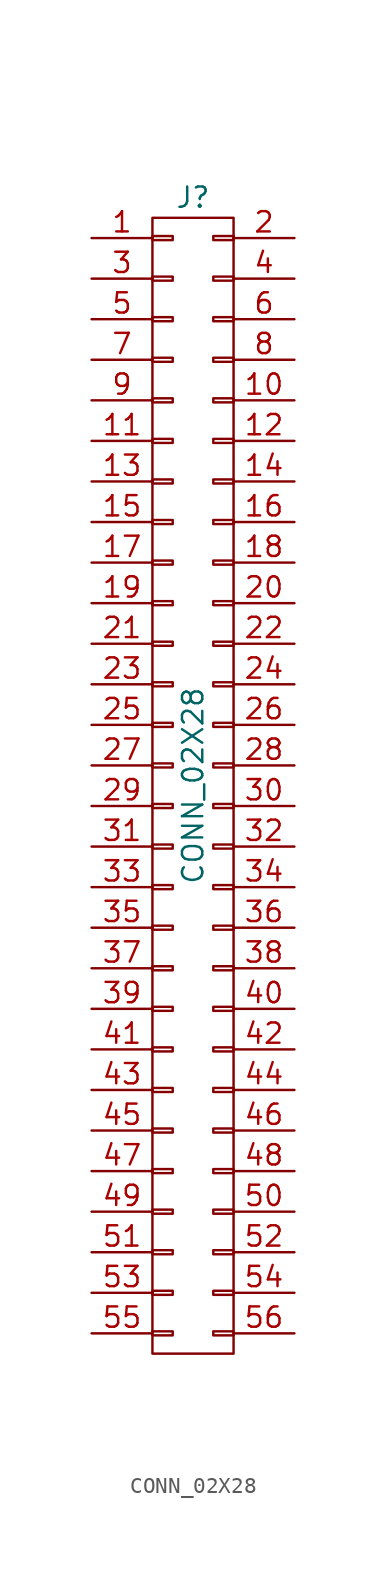
<source format=kicad_sym>
(kicad_symbol_lib
  (version 20211014)
  (generator kicad_symbol_editor)
  (symbol "CONN_02X28"
    (pin_names
      (offset 0.025) hide)
    (property "Reference" "J"
      (at 0 36.83 0)
      (effects (font (size 1.27 1.27))))
    (property "Value" "CONN_02X28"
      (at 0 0 90)
      (effects (font (size 1.27 1.27))))
    (symbol "CONN_02X28_0_1"
      (rectangle (start -2.54 -34.163) (end -1.27 -34.417) (stroke (width 0) (type default) (color 0 0 0 0)) (fill (type none)))
      (rectangle (start -2.54 -31.623) (end -1.27 -31.877) (stroke (width 0) (type default) (color 0 0 0 0)) (fill (type none)))
      (rectangle (start -2.54 -29.083) (end -1.27 -29.337) (stroke (width 0) (type default) (color 0 0 0 0)) (fill (type none)))
      (rectangle (start -2.54 -26.543) (end -1.27 -26.797) (stroke (width 0) (type default) (color 0 0 0 0)) (fill (type none)))
      (rectangle (start -2.54 -24.003) (end -1.27 -24.257) (stroke (width 0) (type default) (color 0 0 0 0)) (fill (type none)))
      (rectangle (start -2.54 -21.463) (end -1.27 -21.717) (stroke (width 0) (type default) (color 0 0 0 0)) (fill (type none)))
      (rectangle (start -2.54 -18.923) (end -1.27 -19.177) (stroke (width 0) (type default) (color 0 0 0 0)) (fill (type none)))
      (rectangle (start -2.54 -16.383) (end -1.27 -16.637) (stroke (width 0) (type default) (color 0 0 0 0)) (fill (type none)))
      (rectangle (start -2.54 -13.843) (end -1.27 -14.097) (stroke (width 0) (type default) (color 0 0 0 0)) (fill (type none)))
      (rectangle (start -2.54 -11.303) (end -1.27 -11.557) (stroke (width 0) (type default) (color 0 0 0 0)) (fill (type none)))
      (rectangle (start -2.54 -8.763) (end -1.27 -9.017) (stroke (width 0) (type default) (color 0 0 0 0)) (fill (type none)))
      (rectangle (start -2.54 -6.223) (end -1.27 -6.477) (stroke (width 0) (type default) (color 0 0 0 0)) (fill (type none)))
      (rectangle (start -2.54 -3.683) (end -1.27 -3.937) (stroke (width 0) (type default) (color 0 0 0 0)) (fill (type none)))
      (rectangle (start -2.54 -1.143) (end -1.27 -1.397) (stroke (width 0) (type default) (color 0 0 0 0)) (fill (type none)))
      (rectangle (start -2.54 1.397) (end -1.27 1.143) (stroke (width 0) (type default) (color 0 0 0 0)) (fill (type none)))
      (rectangle (start -2.54 3.937) (end -1.27 3.683) (stroke (width 0) (type default) (color 0 0 0 0)) (fill (type none)))
      (rectangle (start -2.54 6.477) (end -1.27 6.223) (stroke (width 0) (type default) (color 0 0 0 0)) (fill (type none)))
      (rectangle (start -2.54 9.017) (end -1.27 8.763) (stroke (width 0) (type default) (color 0 0 0 0)) (fill (type none)))
      (rectangle (start -2.54 11.557) (end -1.27 11.303) (stroke (width 0) (type default) (color 0 0 0 0)) (fill (type none)))
      (rectangle (start -2.54 14.097) (end -1.27 13.843) (stroke (width 0) (type default) (color 0 0 0 0)) (fill (type none)))
      (rectangle (start -2.54 16.637) (end -1.27 16.383) (stroke (width 0) (type default) (color 0 0 0 0)) (fill (type none)))
      (rectangle (start -2.54 19.177) (end -1.27 18.923) (stroke (width 0) (type default) (color 0 0 0 0)) (fill (type none)))
      (rectangle (start -2.54 21.717) (end -1.27 21.463) (stroke (width 0) (type default) (color 0 0 0 0)) (fill (type none)))
      (rectangle (start -2.54 24.257) (end -1.27 24.003) (stroke (width 0) (type default) (color 0 0 0 0)) (fill (type none)))
      (rectangle (start -2.54 26.797) (end -1.27 26.543) (stroke (width 0) (type default) (color 0 0 0 0)) (fill (type none)))
      (rectangle (start -2.54 29.337) (end -1.27 29.083) (stroke (width 0) (type default) (color 0 0 0 0)) (fill (type none)))
      (rectangle (start -2.54 31.877) (end -1.27 31.623) (stroke (width 0) (type default) (color 0 0 0 0)) (fill (type none)))
      (rectangle (start -2.54 34.417) (end -1.27 34.163) (stroke (width 0) (type default) (color 0 0 0 0)) (fill (type none)))
      (rectangle (start -2.54 35.56) (end 2.54 -35.56) (stroke (width 0) (type default) (color 0 0 0 0)) (fill (type none)))
      (rectangle (start 1.27 -34.163) (end 2.54 -34.417) (stroke (width 0) (type default) (color 0 0 0 0)) (fill (type none)))
      (rectangle (start 1.27 -31.623) (end 2.54 -31.877) (stroke (width 0) (type default) (color 0 0 0 0)) (fill (type none)))
      (rectangle (start 1.27 -29.083) (end 2.54 -29.337) (stroke (width 0) (type default) (color 0 0 0 0)) (fill (type none)))
      (rectangle (start 1.27 -26.543) (end 2.54 -26.797) (stroke (width 0) (type default) (color 0 0 0 0)) (fill (type none)))
      (rectangle (start 1.27 -24.003) (end 2.54 -24.257) (stroke (width 0) (type default) (color 0 0 0 0)) (fill (type none)))
      (rectangle (start 1.27 -21.463) (end 2.54 -21.717) (stroke (width 0) (type default) (color 0 0 0 0)) (fill (type none)))
      (rectangle (start 1.27 -18.923) (end 2.54 -19.177) (stroke (width 0) (type default) (color 0 0 0 0)) (fill (type none)))
      (rectangle (start 1.27 -16.383) (end 2.54 -16.637) (stroke (width 0) (type default) (color 0 0 0 0)) (fill (type none)))
      (rectangle (start 1.27 -13.843) (end 2.54 -14.097) (stroke (width 0) (type default) (color 0 0 0 0)) (fill (type none)))
      (rectangle (start 1.27 -11.303) (end 2.54 -11.557) (stroke (width 0) (type default) (color 0 0 0 0)) (fill (type none)))
      (rectangle (start 1.27 -8.763) (end 2.54 -9.017) (stroke (width 0) (type default) (color 0 0 0 0)) (fill (type none)))
      (rectangle (start 1.27 -6.223) (end 2.54 -6.477) (stroke (width 0) (type default) (color 0 0 0 0)) (fill (type none)))
      (rectangle (start 1.27 -3.683) (end 2.54 -3.937) (stroke (width 0) (type default) (color 0 0 0 0)) (fill (type none)))
      (rectangle (start 1.27 -1.143) (end 2.54 -1.397) (stroke (width 0) (type default) (color 0 0 0 0)) (fill (type none)))
      (rectangle (start 1.27 1.397) (end 2.54 1.143) (stroke (width 0) (type default) (color 0 0 0 0)) (fill (type none)))
      (rectangle (start 1.27 3.937) (end 2.54 3.683) (stroke (width 0) (type default) (color 0 0 0 0)) (fill (type none)))
      (rectangle (start 1.27 6.477) (end 2.54 6.223) (stroke (width 0) (type default) (color 0 0 0 0)) (fill (type none)))
      (rectangle (start 1.27 9.017) (end 2.54 8.763) (stroke (width 0) (type default) (color 0 0 0 0)) (fill (type none)))
      (rectangle (start 1.27 11.557) (end 2.54 11.303) (stroke (width 0) (type default) (color 0 0 0 0)) (fill (type none)))
      (rectangle (start 1.27 14.097) (end 2.54 13.843) (stroke (width 0) (type default) (color 0 0 0 0)) (fill (type none)))
      (rectangle (start 1.27 16.637) (end 2.54 16.383) (stroke (width 0) (type default) (color 0 0 0 0)) (fill (type none)))
      (rectangle (start 1.27 19.177) (end 2.54 18.923) (stroke (width 0) (type default) (color 0 0 0 0)) (fill (type none)))
      (rectangle (start 1.27 21.717) (end 2.54 21.463) (stroke (width 0) (type default) (color 0 0 0 0)) (fill (type none)))
      (rectangle (start 1.27 24.257) (end 2.54 24.003) (stroke (width 0) (type default) (color 0 0 0 0)) (fill (type none)))
      (rectangle (start 1.27 26.797) (end 2.54 26.543) (stroke (width 0) (type default) (color 0 0 0 0)) (fill (type none)))
      (rectangle (start 1.27 29.337) (end 2.54 29.083) (stroke (width 0) (type default) (color 0 0 0 0)) (fill (type none)))
      (rectangle (start 1.27 31.877) (end 2.54 31.623) (stroke (width 0) (type default) (color 0 0 0 0)) (fill (type none)))
      (rectangle (start 1.27 34.417) (end 2.54 34.163) (stroke (width 0) (type default) (color 0 0 0 0)) (fill (type none))))
    (symbol "CONN_02X28_1_1"
      (pin passive line (at -6.35 34.29 0) (length 3.81) (name "P1" (effects (font (size 1.27 1.27)))) (number "1" (effects (font (size 1.27 1.27)))))
      (pin passive line (at 6.35 24.13 180) (length 3.81) (name "P10" (effects (font (size 1.27 1.27)))) (number "10" (effects (font (size 1.27 1.27)))))
      (pin passive line (at -6.35 21.59 0) (length 3.81) (name "P11" (effects (font (size 1.27 1.27)))) (number "11" (effects (font (size 1.27 1.27)))))
      (pin passive line (at 6.35 21.59 180) (length 3.81) (name "P12" (effects (font (size 1.27 1.27)))) (number "12" (effects (font (size 1.27 1.27)))))
      (pin passive line (at -6.35 19.05 0) (length 3.81) (name "P13" (effects (font (size 1.27 1.27)))) (number "13" (effects (font (size 1.27 1.27)))))
      (pin passive line (at 6.35 19.05 180) (length 3.81) (name "P14" (effects (font (size 1.27 1.27)))) (number "14" (effects (font (size 1.27 1.27)))))
      (pin passive line (at -6.35 16.51 0) (length 3.81) (name "P15" (effects (font (size 1.27 1.27)))) (number "15" (effects (font (size 1.27 1.27)))))
      (pin passive line (at 6.35 16.51 180) (length 3.81) (name "P16" (effects (font (size 1.27 1.27)))) (number "16" (effects (font (size 1.27 1.27)))))
      (pin passive line (at -6.35 13.97 0) (length 3.81) (name "P17" (effects (font (size 1.27 1.27)))) (number "17" (effects (font (size 1.27 1.27)))))
      (pin passive line (at 6.35 13.97 180) (length 3.81) (name "P18" (effects (font (size 1.27 1.27)))) (number "18" (effects (font (size 1.27 1.27)))))
      (pin passive line (at -6.35 11.43 0) (length 3.81) (name "P19" (effects (font (size 1.27 1.27)))) (number "19" (effects (font (size 1.27 1.27)))))
      (pin passive line (at 6.35 34.29 180) (length 3.81) (name "P2" (effects (font (size 1.27 1.27)))) (number "2" (effects (font (size 1.27 1.27)))))
      (pin passive line (at 6.35 11.43 180) (length 3.81) (name "P20" (effects (font (size 1.27 1.27)))) (number "20" (effects (font (size 1.27 1.27)))))
      (pin passive line (at -6.35 8.89 0) (length 3.81) (name "P21" (effects (font (size 1.27 1.27)))) (number "21" (effects (font (size 1.27 1.27)))))
      (pin passive line (at 6.35 8.89 180) (length 3.81) (name "P22" (effects (font (size 1.27 1.27)))) (number "22" (effects (font (size 1.27 1.27)))))
      (pin passive line (at -6.35 6.35 0) (length 3.81) (name "P23" (effects (font (size 1.27 1.27)))) (number "23" (effects (font (size 1.27 1.27)))))
      (pin passive line (at 6.35 6.35 180) (length 3.81) (name "P24" (effects (font (size 1.27 1.27)))) (number "24" (effects (font (size 1.27 1.27)))))
      (pin passive line (at -6.35 3.81 0) (length 3.81) (name "P25" (effects (font (size 1.27 1.27)))) (number "25" (effects (font (size 1.27 1.27)))))
      (pin passive line (at 6.35 3.81 180) (length 3.81) (name "P26" (effects (font (size 1.27 1.27)))) (number "26" (effects (font (size 1.27 1.27)))))
      (pin passive line (at -6.35 1.27 0) (length 3.81) (name "P27" (effects (font (size 1.27 1.27)))) (number "27" (effects (font (size 1.27 1.27)))))
      (pin passive line (at 6.35 1.27 180) (length 3.81) (name "P28" (effects (font (size 1.27 1.27)))) (number "28" (effects (font (size 1.27 1.27)))))
      (pin passive line (at -6.35 -1.27 0) (length 3.81) (name "P29" (effects (font (size 1.27 1.27)))) (number "29" (effects (font (size 1.27 1.27)))))
      (pin passive line (at -6.35 31.75 0) (length 3.81) (name "P3" (effects (font (size 1.27 1.27)))) (number "3" (effects (font (size 1.27 1.27)))))
      (pin passive line (at 6.35 -1.27 180) (length 3.81) (name "P30" (effects (font (size 1.27 1.27)))) (number "30" (effects (font (size 1.27 1.27)))))
      (pin passive line (at -6.35 -3.81 0) (length 3.81) (name "P31" (effects (font (size 1.27 1.27)))) (number "31" (effects (font (size 1.27 1.27)))))
      (pin passive line (at 6.35 -3.81 180) (length 3.81) (name "P32" (effects (font (size 1.27 1.27)))) (number "32" (effects (font (size 1.27 1.27)))))
      (pin passive line (at -6.35 -6.35 0) (length 3.81) (name "P33" (effects (font (size 1.27 1.27)))) (number "33" (effects (font (size 1.27 1.27)))))
      (pin passive line (at 6.35 -6.35 180) (length 3.81) (name "P34" (effects (font (size 1.27 1.27)))) (number "34" (effects (font (size 1.27 1.27)))))
      (pin passive line (at -6.35 -8.89 0) (length 3.81) (name "P35" (effects (font (size 1.27 1.27)))) (number "35" (effects (font (size 1.27 1.27)))))
      (pin passive line (at 6.35 -8.89 180) (length 3.81) (name "P36" (effects (font (size 1.27 1.27)))) (number "36" (effects (font (size 1.27 1.27)))))
      (pin passive line (at -6.35 -11.43 0) (length 3.81) (name "P37" (effects (font (size 1.27 1.27)))) (number "37" (effects (font (size 1.27 1.27)))))
      (pin passive line (at 6.35 -11.43 180) (length 3.81) (name "P38" (effects (font (size 1.27 1.27)))) (number "38" (effects (font (size 1.27 1.27)))))
      (pin passive line (at -6.35 -13.97 0) (length 3.81) (name "P39" (effects (font (size 1.27 1.27)))) (number "39" (effects (font (size 1.27 1.27)))))
      (pin passive line (at 6.35 31.75 180) (length 3.81) (name "P4" (effects (font (size 1.27 1.27)))) (number "4" (effects (font (size 1.27 1.27)))))
      (pin passive line (at 6.35 -13.97 180) (length 3.81) (name "P40" (effects (font (size 1.27 1.27)))) (number "40" (effects (font (size 1.27 1.27)))))
      (pin passive line (at -6.35 -16.51 0) (length 3.81) (name "P41" (effects (font (size 1.27 1.27)))) (number "41" (effects (font (size 1.27 1.27)))))
      (pin passive line (at 6.35 -16.51 180) (length 3.81) (name "P42" (effects (font (size 1.27 1.27)))) (number "42" (effects (font (size 1.27 1.27)))))
      (pin passive line (at -6.35 -19.05 0) (length 3.81) (name "P43" (effects (font (size 1.27 1.27)))) (number "43" (effects (font (size 1.27 1.27)))))
      (pin passive line (at 6.35 -19.05 180) (length 3.81) (name "P44" (effects (font (size 1.27 1.27)))) (number "44" (effects (font (size 1.27 1.27)))))
      (pin passive line (at -6.35 -21.59 0) (length 3.81) (name "P45" (effects (font (size 1.27 1.27)))) (number "45" (effects (font (size 1.27 1.27)))))
      (pin passive line (at 6.35 -21.59 180) (length 3.81) (name "P46" (effects (font (size 1.27 1.27)))) (number "46" (effects (font (size 1.27 1.27)))))
      (pin passive line (at -6.35 -24.13 0) (length 3.81) (name "P47" (effects (font (size 1.27 1.27)))) (number "47" (effects (font (size 1.27 1.27)))))
      (pin passive line (at 6.35 -24.13 180) (length 3.81) (name "P48" (effects (font (size 1.27 1.27)))) (number "48" (effects (font (size 1.27 1.27)))))
      (pin passive line (at -6.35 -26.67 0) (length 3.81) (name "P49" (effects (font (size 1.27 1.27)))) (number "49" (effects (font (size 1.27 1.27)))))
      (pin passive line (at -6.35 29.21 0) (length 3.81) (name "P5" (effects (font (size 1.27 1.27)))) (number "5" (effects (font (size 1.27 1.27)))))
      (pin passive line (at 6.35 -26.67 180) (length 3.81) (name "P50" (effects (font (size 1.27 1.27)))) (number "50" (effects (font (size 1.27 1.27)))))
      (pin passive line (at -6.35 -29.21 0) (length 3.81) (name "P51" (effects (font (size 1.27 1.27)))) (number "51" (effects (font (size 1.27 1.27)))))
      (pin passive line (at 6.35 -29.21 180) (length 3.81) (name "P52" (effects (font (size 1.27 1.27)))) (number "52" (effects (font (size 1.27 1.27)))))
      (pin passive line (at -6.35 -31.75 0) (length 3.81) (name "P53" (effects (font (size 1.27 1.27)))) (number "53" (effects (font (size 1.27 1.27)))))
      (pin passive line (at 6.35 -31.75 180) (length 3.81) (name "P54" (effects (font (size 1.27 1.27)))) (number "54" (effects (font (size 1.27 1.27)))))
      (pin passive line (at -6.35 -34.29 0) (length 3.81) (name "P55" (effects (font (size 1.27 1.27)))) (number "55" (effects (font (size 1.27 1.27)))))
      (pin passive line (at 6.35 -34.29 180) (length 3.81) (name "P56" (effects (font (size 1.27 1.27)))) (number "56" (effects (font (size 1.27 1.27)))))
      (pin passive line (at 6.35 29.21 180) (length 3.81) (name "P6" (effects (font (size 1.27 1.27)))) (number "6" (effects (font (size 1.27 1.27)))))
      (pin passive line (at -6.35 26.67 0) (length 3.81) (name "P7" (effects (font (size 1.27 1.27)))) (number "7" (effects (font (size 1.27 1.27)))))
      (pin passive line (at 6.35 26.67 180) (length 3.81) (name "P8" (effects (font (size 1.27 1.27)))) (number "8" (effects (font (size 1.27 1.27)))))
      (pin passive line (at -6.35 24.13 0) (length 3.81) (name "P9" (effects (font (size 1.27 1.27)))) (number "9" (effects (font (size 1.27 1.27))))))))
</source>
